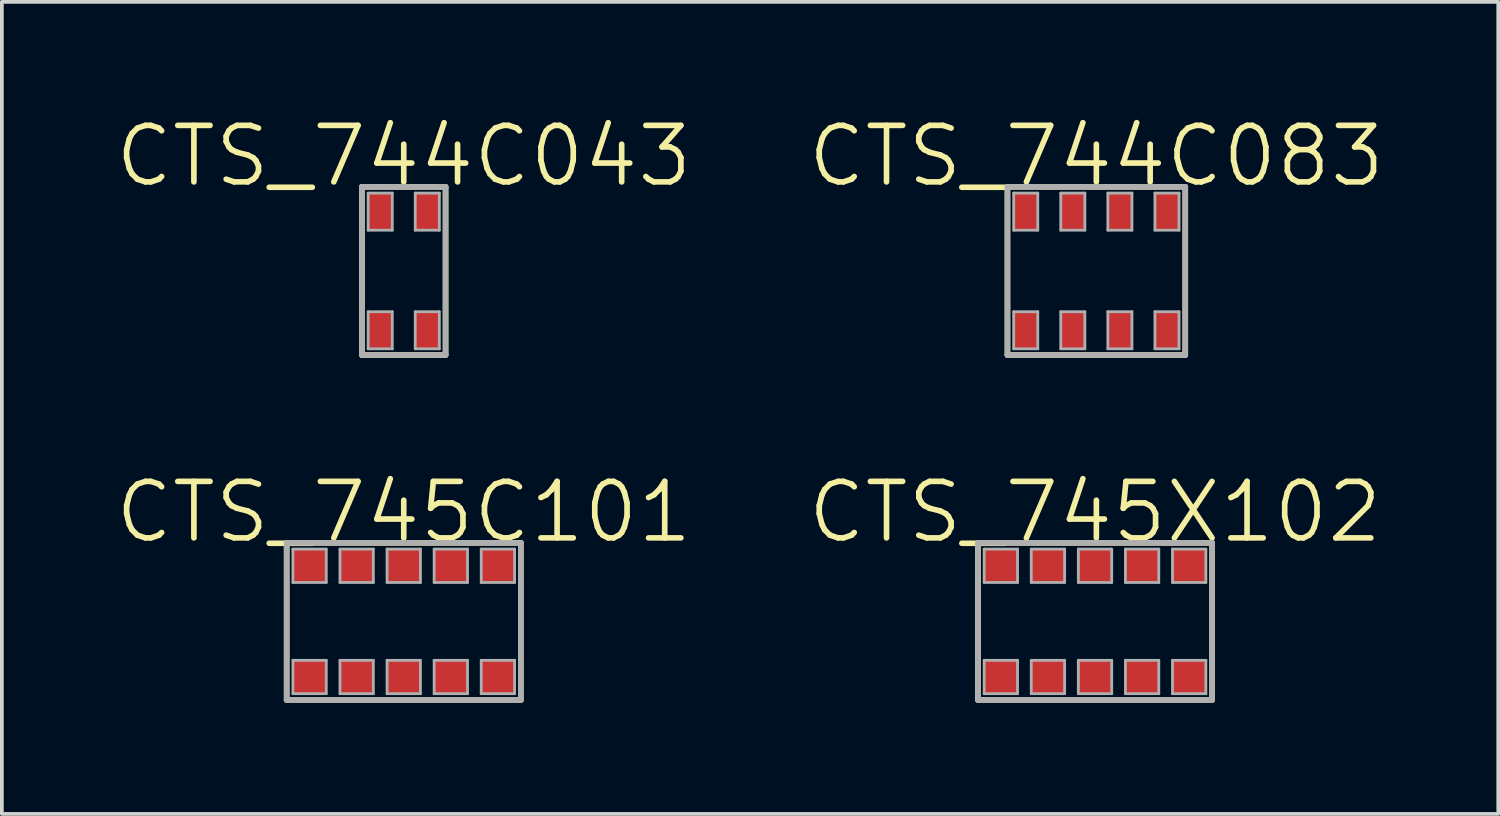
<source format=kicad_pcb>
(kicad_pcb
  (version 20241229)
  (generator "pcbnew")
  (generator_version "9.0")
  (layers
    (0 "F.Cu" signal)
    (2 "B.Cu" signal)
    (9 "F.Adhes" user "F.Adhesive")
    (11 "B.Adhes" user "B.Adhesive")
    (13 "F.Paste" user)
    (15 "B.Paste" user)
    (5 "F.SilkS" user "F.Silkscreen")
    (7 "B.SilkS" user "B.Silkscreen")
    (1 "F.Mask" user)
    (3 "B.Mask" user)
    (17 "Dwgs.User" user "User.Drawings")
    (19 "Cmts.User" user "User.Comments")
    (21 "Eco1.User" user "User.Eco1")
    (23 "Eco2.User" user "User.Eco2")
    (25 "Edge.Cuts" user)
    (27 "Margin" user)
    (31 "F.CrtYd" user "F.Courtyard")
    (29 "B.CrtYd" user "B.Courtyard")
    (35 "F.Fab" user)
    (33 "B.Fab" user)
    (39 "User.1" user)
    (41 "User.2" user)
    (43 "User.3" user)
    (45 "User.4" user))
  (footprint "CTS_744C083"
    (layer "F.Cu")
    (at 26.524 4.259)
    (property "Reference" "CTS_744C083" (at 0 -3.1 0) (layer "F.SilkS") (effects (font (size 1.524 1.524) (thickness 0.152))))
    (attr smd)
    (fp_line (start -2.398 -2.268) (end -2.398 2.268) (stroke (width 0.152) (type solid)) (layer "F.SilkS"))
    (fp_line (start -2.398 -2.268) (end 2.398 -2.268) (stroke (width 0.152) (type solid)) (layer "F.SilkS"))
    (fp_line (start 2.398 2.268) (end -2.398 2.268) (stroke (width 0.152) (type solid)) (layer "F.SilkS"))
    (fp_line (start 2.398 2.268) (end 2.398 -2.268) (stroke (width 0.152) (type solid)) (layer "F.SilkS"))
    (fp_line (start -2.398 -2.268) (end -2.398 2.268) (stroke (width 0.152) (type solid)) (layer "F.Fab"))
    (fp_line (start -2.398 -2.268) (end 2.398 -2.268) (stroke (width 0.152) (type solid)) (layer "F.Fab"))
    (fp_line (start -2.23 -2.1) (end -1.58 -2.1) (stroke (width 0.076) (type solid)) (layer "F.Fab"))
    (fp_line (start -2.23 -1.1) (end -2.23 -2.1) (stroke (width 0.076) (type solid)) (layer "F.Fab"))
    (fp_line (start -2.23 -1.1) (end -1.58 -1.1) (stroke (width 0.076) (type solid)) (layer "F.Fab"))
    (fp_line (start -2.23 1.1) (end -1.58 1.1) (stroke (width 0.076) (type solid)) (layer "F.Fab"))
    (fp_line (start -2.23 2.1) (end -2.23 1.1) (stroke (width 0.076) (type solid)) (layer "F.Fab"))
    (fp_line (start -2.23 2.1) (end -1.58 2.1) (stroke (width 0.076) (type solid)) (layer "F.Fab"))
    (fp_line (start -1.58 -1.1) (end -1.58 -2.1) (stroke (width 0.076) (type solid)) (layer "F.Fab"))
    (fp_line (start -1.58 2.1) (end -1.58 1.1) (stroke (width 0.076) (type solid)) (layer "F.Fab"))
    (fp_line (start -0.96 -2.1) (end -0.31 -2.1) (stroke (width 0.076) (type solid)) (layer "F.Fab"))
    (fp_line (start -0.96 -1.1) (end -0.96 -2.1) (stroke (width 0.076) (type solid)) (layer "F.Fab"))
    (fp_line (start -0.96 -1.1) (end -0.31 -1.1) (stroke (width 0.076) (type solid)) (layer "F.Fab"))
    (fp_line (start -0.96 1.1) (end -0.31 1.1) (stroke (width 0.076) (type solid)) (layer "F.Fab"))
    (fp_line (start -0.96 2.1) (end -0.96 1.1) (stroke (width 0.076) (type solid)) (layer "F.Fab"))
    (fp_line (start -0.96 2.1) (end -0.31 2.1) (stroke (width 0.076) (type solid)) (layer "F.Fab"))
    (fp_line (start -0.31 -1.1) (end -0.31 -2.1) (stroke (width 0.076) (type solid)) (layer "F.Fab"))
    (fp_line (start -0.31 2.1) (end -0.31 1.1) (stroke (width 0.076) (type solid)) (layer "F.Fab"))
    (fp_line (start 0.31 -2.1) (end 0.96 -2.1) (stroke (width 0.076) (type solid)) (layer "F.Fab"))
    (fp_line (start 0.31 -1.1) (end 0.31 -2.1) (stroke (width 0.076) (type solid)) (layer "F.Fab"))
    (fp_line (start 0.31 -1.1) (end 0.96 -1.1) (stroke (width 0.076) (type solid)) (layer "F.Fab"))
    (fp_line (start 0.31 1.1) (end 0.96 1.1) (stroke (width 0.076) (type solid)) (layer "F.Fab"))
    (fp_line (start 0.31 2.1) (end 0.31 1.1) (stroke (width 0.076) (type solid)) (layer "F.Fab"))
    (fp_line (start 0.31 2.1) (end 0.96 2.1) (stroke (width 0.076) (type solid)) (layer "F.Fab"))
    (fp_line (start 0.96 -1.1) (end 0.96 -2.1) (stroke (width 0.076) (type solid)) (layer "F.Fab"))
    (fp_line (start 0.96 2.1) (end 0.96 1.1) (stroke (width 0.076) (type solid)) (layer "F.Fab"))
    (fp_line (start 1.58 -2.1) (end 2.23 -2.1) (stroke (width 0.076) (type solid)) (layer "F.Fab"))
    (fp_line (start 1.58 -1.1) (end 1.58 -2.1) (stroke (width 0.076) (type solid)) (layer "F.Fab"))
    (fp_line (start 1.58 -1.1) (end 2.23 -1.1) (stroke (width 0.076) (type solid)) (layer "F.Fab"))
    (fp_line (start 1.58 1.1) (end 2.23 1.1) (stroke (width 0.076) (type solid)) (layer "F.Fab"))
    (fp_line (start 1.58 2.1) (end 1.58 1.1) (stroke (width 0.076) (type solid)) (layer "F.Fab"))
    (fp_line (start 1.58 2.1) (end 2.23 2.1) (stroke (width 0.076) (type solid)) (layer "F.Fab"))
    (fp_line (start 2.23 -1.1) (end 2.23 -2.1) (stroke (width 0.076) (type solid)) (layer "F.Fab"))
    (fp_line (start 2.23 2.1) (end 2.23 1.1) (stroke (width 0.076) (type solid)) (layer "F.Fab"))
    (fp_line (start 2.398 2.268) (end -2.398 2.268) (stroke (width 0.152) (type solid)) (layer "F.Fab"))
    (fp_line (start 2.398 2.268) (end 2.398 -2.268) (stroke (width 0.152) (type solid)) (layer "F.Fab"))
    (pad "1" smd rect (at -1.905 1.6) (size 0.65 1) (layers "F.Cu" "F.Mask" "F.Paste"))
    (pad "2" smd rect (at -0.635 1.6) (size 0.65 1) (layers "F.Cu" "F.Mask" "F.Paste"))
    (pad "3" smd rect (at 0.635 1.6) (size 0.65 1) (layers "F.Cu" "F.Mask" "F.Paste"))
    (pad "4" smd rect (at 1.905 1.6) (size 0.65 1) (layers "F.Cu" "F.Mask" "F.Paste"))
    (pad "5" smd rect (at 1.905 -1.6) (size 0.65 1) (layers "F.Cu" "F.Mask" "F.Paste"))
    (pad "6" smd rect (at 0.635 -1.6) (size 0.65 1) (layers "F.Cu" "F.Mask" "F.Paste"))
    (pad "7" smd rect (at -0.635 -1.6) (size 0.65 1) (layers "F.Cu" "F.Mask" "F.Paste"))
    (pad "8" smd rect (at -1.905 -1.6) (size 0.65 1) (layers "F.Cu" "F.Mask" "F.Paste")))
  (footprint "CTS_744C043"
    (layer "F.Cu")
    (at 7.841 4.259)
    (property "Reference" "CTS_744C043" (at 0 -3.1 0) (layer "F.SilkS") (effects (font (size 1.524 1.524) (thickness 0.152))))
    (attr smd)
    (fp_line (start -1.128 -2.268) (end -1.128 2.268) (stroke (width 0.152) (type solid)) (layer "F.SilkS"))
    (fp_line (start -1.128 -2.268) (end 1.128 -2.268) (stroke (width 0.152) (type solid)) (layer "F.SilkS"))
    (fp_line (start 1.128 2.268) (end -1.128 2.268) (stroke (width 0.152) (type solid)) (layer "F.SilkS"))
    (fp_line (start 1.128 2.268) (end 1.128 -2.268) (stroke (width 0.152) (type solid)) (layer "F.SilkS"))
    (fp_line (start -1.128 -2.268) (end -1.128 2.268) (stroke (width 0.152) (type solid)) (layer "F.Fab"))
    (fp_line (start -1.128 -2.268) (end 1.128 -2.268) (stroke (width 0.152) (type solid)) (layer "F.Fab"))
    (fp_line (start -0.96 -2.1) (end -0.31 -2.1) (stroke (width 0.076) (type solid)) (layer "F.Fab"))
    (fp_line (start -0.96 -1.1) (end -0.96 -2.1) (stroke (width 0.076) (type solid)) (layer "F.Fab"))
    (fp_line (start -0.96 -1.1) (end -0.31 -1.1) (stroke (width 0.076) (type solid)) (layer "F.Fab"))
    (fp_line (start -0.96 1.1) (end -0.31 1.1) (stroke (width 0.076) (type solid)) (layer "F.Fab"))
    (fp_line (start -0.96 2.1) (end -0.96 1.1) (stroke (width 0.076) (type solid)) (layer "F.Fab"))
    (fp_line (start -0.96 2.1) (end -0.31 2.1) (stroke (width 0.076) (type solid)) (layer "F.Fab"))
    (fp_line (start -0.31 -1.1) (end -0.31 -2.1) (stroke (width 0.076) (type solid)) (layer "F.Fab"))
    (fp_line (start -0.31 2.1) (end -0.31 1.1) (stroke (width 0.076) (type solid)) (layer "F.Fab"))
    (fp_line (start 0.31 -2.1) (end 0.96 -2.1) (stroke (width 0.076) (type solid)) (layer "F.Fab"))
    (fp_line (start 0.31 -1.1) (end 0.31 -2.1) (stroke (width 0.076) (type solid)) (layer "F.Fab"))
    (fp_line (start 0.31 -1.1) (end 0.96 -1.1) (stroke (width 0.076) (type solid)) (layer "F.Fab"))
    (fp_line (start 0.31 1.1) (end 0.96 1.1) (stroke (width 0.076) (type solid)) (layer "F.Fab"))
    (fp_line (start 0.31 2.1) (end 0.31 1.1) (stroke (width 0.076) (type solid)) (layer "F.Fab"))
    (fp_line (start 0.31 2.1) (end 0.96 2.1) (stroke (width 0.076) (type solid)) (layer "F.Fab"))
    (fp_line (start 0.96 -1.1) (end 0.96 -2.1) (stroke (width 0.076) (type solid)) (layer "F.Fab"))
    (fp_line (start 0.96 2.1) (end 0.96 1.1) (stroke (width 0.076) (type solid)) (layer "F.Fab"))
    (fp_line (start 1.128 2.268) (end -1.128 2.268) (stroke (width 0.152) (type solid)) (layer "F.Fab"))
    (fp_line (start 1.128 2.268) (end 1.128 -2.268) (stroke (width 0.152) (type solid)) (layer "F.Fab"))
    (pad "1" smd rect (at -0.635 1.6) (size 0.65 1) (layers "F.Cu" "F.Mask" "F.Paste"))
    (pad "2" smd rect (at 0.635 1.6) (size 0.65 1) (layers "F.Cu" "F.Mask" "F.Paste"))
    (pad "3" smd rect (at 0.635 -1.6) (size 0.65 1) (layers "F.Cu" "F.Mask" "F.Paste"))
    (pad "4" smd rect (at -0.635 -1.6) (size 0.65 1) (layers "F.Cu" "F.Mask" "F.Paste")))
  (footprint "CTS_745C101"
    (layer "F.Cu")
    (at 7.841 13.712)
    (property "Reference" "CTS_745C101" (at 0 -2.95 0) (layer "F.SilkS") (effects (font (size 1.524 1.524) (thickness 0.152))))
    (attr smd)
    (fp_line (start -3.158 -2.118) (end -3.158 2.118) (stroke (width 0.152) (type solid)) (layer "F.SilkS"))
    (fp_line (start -3.158 -2.118) (end 3.158 -2.118) (stroke (width 0.152) (type solid)) (layer "F.SilkS"))
    (fp_line (start 3.158 2.118) (end -3.158 2.118) (stroke (width 0.152) (type solid)) (layer "F.SilkS"))
    (fp_line (start 3.158 2.118) (end 3.158 -2.118) (stroke (width 0.152) (type solid)) (layer "F.SilkS"))
    (fp_line (start -3.158 -2.118) (end -3.158 2.118) (stroke (width 0.152) (type solid)) (layer "F.Fab"))
    (fp_line (start -3.158 -2.118) (end 3.158 -2.118) (stroke (width 0.152) (type solid)) (layer "F.Fab"))
    (fp_line (start -2.99 -1.95) (end -2.09 -1.95) (stroke (width 0.076) (type solid)) (layer "F.Fab"))
    (fp_line (start -2.99 -1.05) (end -2.99 -1.95) (stroke (width 0.076) (type solid)) (layer "F.Fab"))
    (fp_line (start -2.99 -1.05) (end -2.09 -1.05) (stroke (width 0.076) (type solid)) (layer "F.Fab"))
    (fp_line (start -2.99 1.05) (end -2.09 1.05) (stroke (width 0.076) (type solid)) (layer "F.Fab"))
    (fp_line (start -2.99 1.95) (end -2.99 1.05) (stroke (width 0.076) (type solid)) (layer "F.Fab"))
    (fp_line (start -2.99 1.95) (end -2.09 1.95) (stroke (width 0.076) (type solid)) (layer "F.Fab"))
    (fp_line (start -2.09 -1.05) (end -2.09 -1.95) (stroke (width 0.076) (type solid)) (layer "F.Fab"))
    (fp_line (start -2.09 1.95) (end -2.09 1.05) (stroke (width 0.076) (type solid)) (layer "F.Fab"))
    (fp_line (start -1.72 -1.95) (end -0.82 -1.95) (stroke (width 0.076) (type solid)) (layer "F.Fab"))
    (fp_line (start -1.72 -1.05) (end -1.72 -1.95) (stroke (width 0.076) (type solid)) (layer "F.Fab"))
    (fp_line (start -1.72 -1.05) (end -0.82 -1.05) (stroke (width 0.076) (type solid)) (layer "F.Fab"))
    (fp_line (start -1.72 1.05) (end -0.82 1.05) (stroke (width 0.076) (type solid)) (layer "F.Fab"))
    (fp_line (start -1.72 1.95) (end -1.72 1.05) (stroke (width 0.076) (type solid)) (layer "F.Fab"))
    (fp_line (start -1.72 1.95) (end -0.82 1.95) (stroke (width 0.076) (type solid)) (layer "F.Fab"))
    (fp_line (start -0.82 -1.05) (end -0.82 -1.95) (stroke (width 0.076) (type solid)) (layer "F.Fab"))
    (fp_line (start -0.82 1.95) (end -0.82 1.05) (stroke (width 0.076) (type solid)) (layer "F.Fab"))
    (fp_line (start -0.45 -1.95) (end 0.45 -1.95) (stroke (width 0.076) (type solid)) (layer "F.Fab"))
    (fp_line (start -0.45 -1.05) (end -0.45 -1.95) (stroke (width 0.076) (type solid)) (layer "F.Fab"))
    (fp_line (start -0.45 -1.05) (end 0.45 -1.05) (stroke (width 0.076) (type solid)) (layer "F.Fab"))
    (fp_line (start -0.45 1.05) (end 0.45 1.05) (stroke (width 0.076) (type solid)) (layer "F.Fab"))
    (fp_line (start -0.45 1.95) (end -0.45 1.05) (stroke (width 0.076) (type solid)) (layer "F.Fab"))
    (fp_line (start -0.45 1.95) (end 0.45 1.95) (stroke (width 0.076) (type solid)) (layer "F.Fab"))
    (fp_line (start 0.45 -1.05) (end 0.45 -1.95) (stroke (width 0.076) (type solid)) (layer "F.Fab"))
    (fp_line (start 0.45 1.95) (end 0.45 1.05) (stroke (width 0.076) (type solid)) (layer "F.Fab"))
    (fp_line (start 0.82 -1.95) (end 1.72 -1.95) (stroke (width 0.076) (type solid)) (layer "F.Fab"))
    (fp_line (start 0.82 -1.05) (end 0.82 -1.95) (stroke (width 0.076) (type solid)) (layer "F.Fab"))
    (fp_line (start 0.82 -1.05) (end 1.72 -1.05) (stroke (width 0.076) (type solid)) (layer "F.Fab"))
    (fp_line (start 0.82 1.05) (end 1.72 1.05) (stroke (width 0.076) (type solid)) (layer "F.Fab"))
    (fp_line (start 0.82 1.95) (end 0.82 1.05) (stroke (width 0.076) (type solid)) (layer "F.Fab"))
    (fp_line (start 0.82 1.95) (end 1.72 1.95) (stroke (width 0.076) (type solid)) (layer "F.Fab"))
    (fp_line (start 1.72 -1.05) (end 1.72 -1.95) (stroke (width 0.076) (type solid)) (layer "F.Fab"))
    (fp_line (start 1.72 1.95) (end 1.72 1.05) (stroke (width 0.076) (type solid)) (layer "F.Fab"))
    (fp_line (start 2.09 -1.95) (end 2.99 -1.95) (stroke (width 0.076) (type solid)) (layer "F.Fab"))
    (fp_line (start 2.09 -1.05) (end 2.09 -1.95) (stroke (width 0.076) (type solid)) (layer "F.Fab"))
    (fp_line (start 2.09 -1.05) (end 2.99 -1.05) (stroke (width 0.076) (type solid)) (layer "F.Fab"))
    (fp_line (start 2.09 1.05) (end 2.99 1.05) (stroke (width 0.076) (type solid)) (layer "F.Fab"))
    (fp_line (start 2.09 1.95) (end 2.09 1.05) (stroke (width 0.076) (type solid)) (layer "F.Fab"))
    (fp_line (start 2.09 1.95) (end 2.99 1.95) (stroke (width 0.076) (type solid)) (layer "F.Fab"))
    (fp_line (start 2.99 -1.05) (end 2.99 -1.95) (stroke (width 0.076) (type solid)) (layer "F.Fab"))
    (fp_line (start 2.99 1.95) (end 2.99 1.05) (stroke (width 0.076) (type solid)) (layer "F.Fab"))
    (fp_line (start 3.158 2.118) (end -3.158 2.118) (stroke (width 0.152) (type solid)) (layer "F.Fab"))
    (fp_line (start 3.158 2.118) (end 3.158 -2.118) (stroke (width 0.152) (type solid)) (layer "F.Fab"))
    (pad "1" smd rect (at -2.54 1.5) (size 0.9 0.9) (layers "F.Cu" "F.Mask" "F.Paste"))
    (pad "2" smd rect (at -1.27 1.5) (size 0.9 0.9) (layers "F.Cu" "F.Mask" "F.Paste"))
    (pad "3" smd rect (at 0 1.5) (size 0.9 0.9) (layers "F.Cu" "F.Mask" "F.Paste"))
    (pad "4" smd rect (at 1.27 1.5) (size 0.9 0.9) (layers "F.Cu" "F.Mask" "F.Paste"))
    (pad "5" smd rect (at 2.54 1.5) (size 0.9 0.9) (layers "F.Cu" "F.Mask" "F.Paste"))
    (pad "6" smd rect (at 2.54 -1.5) (size 0.9 0.9) (layers "F.Cu" "F.Mask" "F.Paste"))
    (pad "7" smd rect (at 1.27 -1.5) (size 0.9 0.9) (layers "F.Cu" "F.Mask" "F.Paste"))
    (pad "8" smd rect (at 0 -1.5) (size 0.9 0.9) (layers "F.Cu" "F.Mask" "F.Paste"))
    (pad "9" smd rect (at -1.27 -1.5) (size 0.9 0.9) (layers "F.Cu" "F.Mask" "F.Paste"))
    (pad "10" smd rect (at -2.54 -1.5) (size 0.9 0.9) (layers "F.Cu" "F.Mask" "F.Paste")))
  (footprint "CTS_745X102"
    (layer "F.Cu")
    (at 26.488 13.712)
    (property "Reference" "CTS_745X102" (at 0 -2.95 0) (layer "F.SilkS") (effects (font (size 1.524 1.524) (thickness 0.152))))
    (attr smd)
    (fp_line (start -3.158 -2.118) (end -3.158 2.118) (stroke (width 0.152) (type solid)) (layer "F.SilkS"))
    (fp_line (start -3.158 -2.118) (end 3.158 -2.118) (stroke (width 0.152) (type solid)) (layer "F.SilkS"))
    (fp_line (start 3.158 2.118) (end -3.158 2.118) (stroke (width 0.152) (type solid)) (layer "F.SilkS"))
    (fp_line (start 3.158 2.118) (end 3.158 -2.118) (stroke (width 0.152) (type solid)) (layer "F.SilkS"))
    (fp_line (start -3.158 -2.118) (end -3.158 2.118) (stroke (width 0.152) (type solid)) (layer "F.Fab"))
    (fp_line (start -3.158 -2.118) (end 3.158 -2.118) (stroke (width 0.152) (type solid)) (layer "F.Fab"))
    (fp_line (start -2.99 -1.95) (end -2.09 -1.95) (stroke (width 0.076) (type solid)) (layer "F.Fab"))
    (fp_line (start -2.99 -1.05) (end -2.99 -1.95) (stroke (width 0.076) (type solid)) (layer "F.Fab"))
    (fp_line (start -2.99 -1.05) (end -2.09 -1.05) (stroke (width 0.076) (type solid)) (layer "F.Fab"))
    (fp_line (start -2.99 1.05) (end -2.09 1.05) (stroke (width 0.076) (type solid)) (layer "F.Fab"))
    (fp_line (start -2.99 1.95) (end -2.99 1.05) (stroke (width 0.076) (type solid)) (layer "F.Fab"))
    (fp_line (start -2.99 1.95) (end -2.09 1.95) (stroke (width 0.076) (type solid)) (layer "F.Fab"))
    (fp_line (start -2.09 -1.05) (end -2.09 -1.95) (stroke (width 0.076) (type solid)) (layer "F.Fab"))
    (fp_line (start -2.09 1.95) (end -2.09 1.05) (stroke (width 0.076) (type solid)) (layer "F.Fab"))
    (fp_line (start -1.72 -1.95) (end -0.82 -1.95) (stroke (width 0.076) (type solid)) (layer "F.Fab"))
    (fp_line (start -1.72 -1.05) (end -1.72 -1.95) (stroke (width 0.076) (type solid)) (layer "F.Fab"))
    (fp_line (start -1.72 -1.05) (end -0.82 -1.05) (stroke (width 0.076) (type solid)) (layer "F.Fab"))
    (fp_line (start -1.72 1.05) (end -0.82 1.05) (stroke (width 0.076) (type solid)) (layer "F.Fab"))
    (fp_line (start -1.72 1.95) (end -1.72 1.05) (stroke (width 0.076) (type solid)) (layer "F.Fab"))
    (fp_line (start -1.72 1.95) (end -0.82 1.95) (stroke (width 0.076) (type solid)) (layer "F.Fab"))
    (fp_line (start -0.82 -1.05) (end -0.82 -1.95) (stroke (width 0.076) (type solid)) (layer "F.Fab"))
    (fp_line (start -0.82 1.95) (end -0.82 1.05) (stroke (width 0.076) (type solid)) (layer "F.Fab"))
    (fp_line (start -0.45 -1.95) (end 0.45 -1.95) (stroke (width 0.076) (type solid)) (layer "F.Fab"))
    (fp_line (start -0.45 -1.05) (end -0.45 -1.95) (stroke (width 0.076) (type solid)) (layer "F.Fab"))
    (fp_line (start -0.45 -1.05) (end 0.45 -1.05) (stroke (width 0.076) (type solid)) (layer "F.Fab"))
    (fp_line (start -0.45 1.05) (end 0.45 1.05) (stroke (width 0.076) (type solid)) (layer "F.Fab"))
    (fp_line (start -0.45 1.95) (end -0.45 1.05) (stroke (width 0.076) (type solid)) (layer "F.Fab"))
    (fp_line (start -0.45 1.95) (end 0.45 1.95) (stroke (width 0.076) (type solid)) (layer "F.Fab"))
    (fp_line (start 0.45 -1.05) (end 0.45 -1.95) (stroke (width 0.076) (type solid)) (layer "F.Fab"))
    (fp_line (start 0.45 1.95) (end 0.45 1.05) (stroke (width 0.076) (type solid)) (layer "F.Fab"))
    (fp_line (start 0.82 -1.95) (end 1.72 -1.95) (stroke (width 0.076) (type solid)) (layer "F.Fab"))
    (fp_line (start 0.82 -1.05) (end 0.82 -1.95) (stroke (width 0.076) (type solid)) (layer "F.Fab"))
    (fp_line (start 0.82 -1.05) (end 1.72 -1.05) (stroke (width 0.076) (type solid)) (layer "F.Fab"))
    (fp_line (start 0.82 1.05) (end 1.72 1.05) (stroke (width 0.076) (type solid)) (layer "F.Fab"))
    (fp_line (start 0.82 1.95) (end 0.82 1.05) (stroke (width 0.076) (type solid)) (layer "F.Fab"))
    (fp_line (start 0.82 1.95) (end 1.72 1.95) (stroke (width 0.076) (type solid)) (layer "F.Fab"))
    (fp_line (start 1.72 -1.05) (end 1.72 -1.95) (stroke (width 0.076) (type solid)) (layer "F.Fab"))
    (fp_line (start 1.72 1.95) (end 1.72 1.05) (stroke (width 0.076) (type solid)) (layer "F.Fab"))
    (fp_line (start 2.09 -1.95) (end 2.99 -1.95) (stroke (width 0.076) (type solid)) (layer "F.Fab"))
    (fp_line (start 2.09 -1.05) (end 2.09 -1.95) (stroke (width 0.076) (type solid)) (layer "F.Fab"))
    (fp_line (start 2.09 -1.05) (end 2.99 -1.05) (stroke (width 0.076) (type solid)) (layer "F.Fab"))
    (fp_line (start 2.09 1.05) (end 2.99 1.05) (stroke (width 0.076) (type solid)) (layer "F.Fab"))
    (fp_line (start 2.09 1.95) (end 2.09 1.05) (stroke (width 0.076) (type solid)) (layer "F.Fab"))
    (fp_line (start 2.09 1.95) (end 2.99 1.95) (stroke (width 0.076) (type solid)) (layer "F.Fab"))
    (fp_line (start 2.99 -1.05) (end 2.99 -1.95) (stroke (width 0.076) (type solid)) (layer "F.Fab"))
    (fp_line (start 2.99 1.95) (end 2.99 1.05) (stroke (width 0.076) (type solid)) (layer "F.Fab"))
    (fp_line (start 3.158 2.118) (end -3.158 2.118) (stroke (width 0.152) (type solid)) (layer "F.Fab"))
    (fp_line (start 3.158 2.118) (end 3.158 -2.118) (stroke (width 0.152) (type solid)) (layer "F.Fab"))
    (pad "1" smd rect (at -2.54 1.5) (size 0.9 0.9) (layers "F.Cu" "F.Mask" "F.Paste"))
    (pad "2" smd rect (at -1.27 1.5) (size 0.9 0.9) (layers "F.Cu" "F.Mask" "F.Paste"))
    (pad "3" smd rect (at 0 1.5) (size 0.9 0.9) (layers "F.Cu" "F.Mask" "F.Paste"))
    (pad "4" smd rect (at 1.27 1.5) (size 0.9 0.9) (layers "F.Cu" "F.Mask" "F.Paste"))
    (pad "5" smd rect (at 2.54 1.5) (size 0.9 0.9) (layers "F.Cu" "F.Mask" "F.Paste"))
    (pad "6" smd rect (at 2.54 -1.5) (size 0.9 0.9) (layers "F.Cu" "F.Mask" "F.Paste"))
    (pad "7" smd rect (at 1.27 -1.5) (size 0.9 0.9) (layers "F.Cu" "F.Mask" "F.Paste"))
    (pad "8" smd rect (at 0 -1.5) (size 0.9 0.9) (layers "F.Cu" "F.Mask" "F.Paste"))
    (pad "9" smd rect (at -1.27 -1.5) (size 0.9 0.9) (layers "F.Cu" "F.Mask" "F.Paste"))
    (pad "10" smd rect (at -2.54 -1.5) (size 0.9 0.9) (layers "F.Cu" "F.Mask" "F.Paste")))
  (gr_rect
    (start -3 -3)
    (end 37.365 18.906)
    (stroke (width 0.1) (type default))
    (fill no)
    (layer "Edge.Cuts")))
</source>
